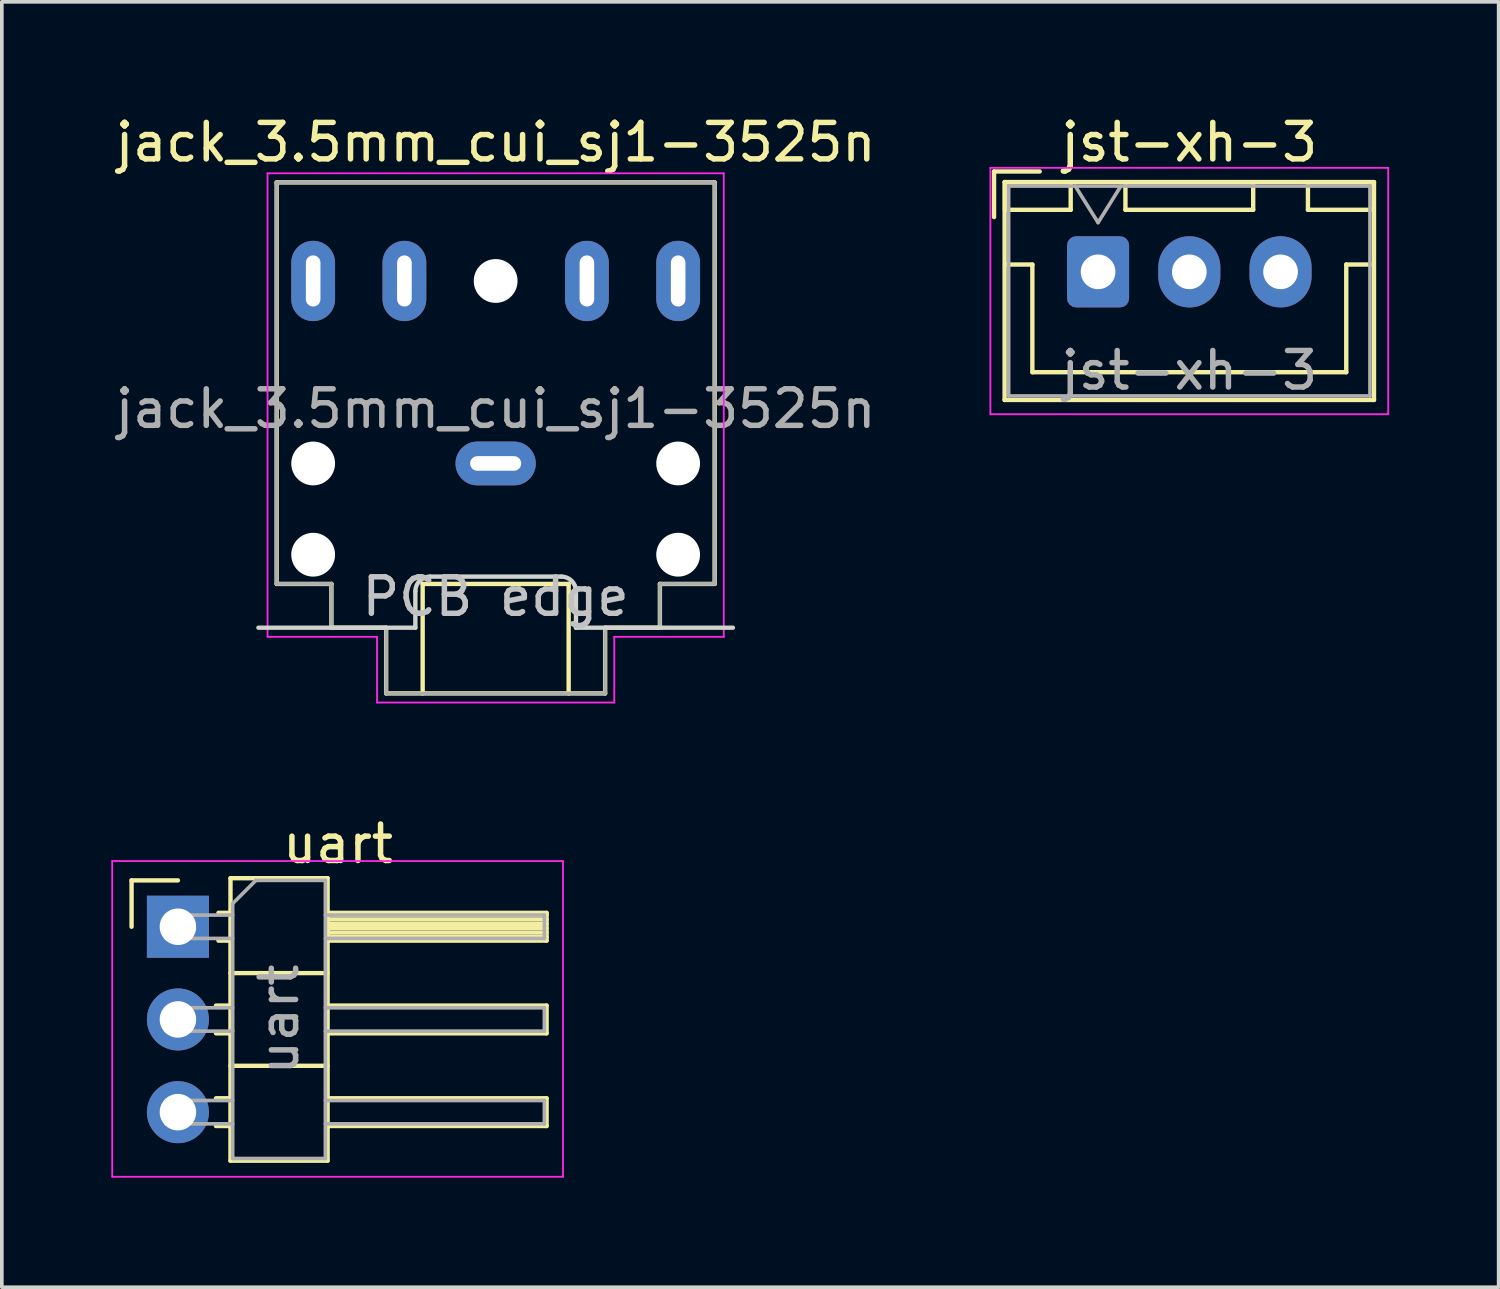
<source format=kicad_pcb>
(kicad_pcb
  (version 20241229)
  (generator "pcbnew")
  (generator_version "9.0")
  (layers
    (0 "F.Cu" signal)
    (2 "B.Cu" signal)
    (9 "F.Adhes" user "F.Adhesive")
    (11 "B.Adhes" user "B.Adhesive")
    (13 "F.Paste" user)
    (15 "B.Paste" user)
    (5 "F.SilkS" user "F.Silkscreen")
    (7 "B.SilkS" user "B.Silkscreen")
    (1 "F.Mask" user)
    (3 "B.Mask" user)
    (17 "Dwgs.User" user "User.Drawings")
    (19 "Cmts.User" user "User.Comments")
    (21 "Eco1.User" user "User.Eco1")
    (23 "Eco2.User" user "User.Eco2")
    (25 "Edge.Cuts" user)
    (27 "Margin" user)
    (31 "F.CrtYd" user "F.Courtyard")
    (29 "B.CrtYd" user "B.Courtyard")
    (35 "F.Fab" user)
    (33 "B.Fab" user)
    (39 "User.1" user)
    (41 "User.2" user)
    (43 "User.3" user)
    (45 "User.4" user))
  (footprint "jack_3.5mm_cui_sj1-3525n"
    (layer "F.Cu")
    (at 10.53 9.648)
    (property "Reference" "jack_3.5mm_cui_sj1-3525n" (at 0 -8.8 0) (layer "F.SilkS") (effects (font (size 1 1) (thickness 0.15))))
    (attr through_hole exclude_from_pos_files exclude_from_bom)
    (fp_line (start -6 -7.7) (end 6 -7.7) (stroke (width 0.12) (type solid)) (layer "F.SilkS"))
    (fp_line (start -6 3.3) (end -6 -7.7) (stroke (width 0.12) (type solid)) (layer "F.SilkS"))
    (fp_line (start -4.5 3.3) (end -6 3.3) (stroke (width 0.12) (type solid)) (layer "F.SilkS"))
    (fp_line (start -4.5 4.5) (end -4.5 3.3) (stroke (width 0.12) (type solid)) (layer "F.SilkS"))
    (fp_line (start -3 4.5) (end -4.5 4.5) (stroke (width 0.12) (type solid)) (layer "F.SilkS"))
    (fp_line (start -3 6.3) (end -3 4.5) (stroke (width 0.12) (type solid)) (layer "F.SilkS"))
    (fp_line (start -2 3.3) (end -2 6.3) (stroke (width 0.12) (type solid)) (layer "F.SilkS"))
    (fp_line (start 2 3.3) (end -2 3.3) (stroke (width 0.12) (type solid)) (layer "F.SilkS"))
    (fp_line (start 2 6.3) (end 2 3.3) (stroke (width 0.12) (type solid)) (layer "F.SilkS"))
    (fp_line (start 3 4.5) (end 3 6.3) (stroke (width 0.12) (type solid)) (layer "F.SilkS"))
    (fp_line (start 3 6.3) (end -3 6.3) (stroke (width 0.12) (type solid)) (layer "F.SilkS"))
    (fp_line (start 4.5 3.3) (end 4.5 4.5) (stroke (width 0.12) (type solid)) (layer "F.SilkS"))
    (fp_line (start 4.5 4.5) (end 3 4.5) (stroke (width 0.12) (type solid)) (layer "F.SilkS"))
    (fp_line (start 6 -7.7) (end 6 3.3) (stroke (width 0.12) (type solid)) (layer "F.SilkS"))
    (fp_line (start 6 3.3) (end 4.5 3.3) (stroke (width 0.12) (type solid)) (layer "F.SilkS"))
    (fp_line (start -2.2 3.5) (end -2.2 4.5) (stroke (width 0.12) (type solid)) (layer "Edge.Cuts"))
    (fp_line (start -2.2 4.5) (end -6.5 4.5) (stroke (width 0.12) (type solid)) (layer "Edge.Cuts"))
    (fp_line (start 1.8 3.1) (end -1.8 3.1) (stroke (width 0.12) (type solid)) (layer "Edge.Cuts"))
    (fp_line (start 2.2 3.5) (end 2.2 4.5) (stroke (width 0.12) (type solid)) (layer "Edge.Cuts"))
    (fp_line (start 2.2 4.5) (end 6.5 4.5) (stroke (width 0.12) (type solid)) (layer "Edge.Cuts"))
    (fp_arc (start -2.2 3.5) (mid -2.082842 3.217158) (end -1.8 3.1) (stroke (width 0.12) (type solid)) (layer "Edge.Cuts"))
    (fp_arc (start 1.8 3.1) (mid 2.082843 3.217157) (end 2.2 3.5) (stroke (width 0.12) (type solid)) (layer "Edge.Cuts"))
    (fp_line (start -6.25 -7.95) (end -6.25 4.75) (stroke (width 0.05) (type solid)) (layer "F.CrtYd"))
    (fp_line (start -6.25 4.75) (end -3.25 4.75) (stroke (width 0.05) (type solid)) (layer "F.CrtYd"))
    (fp_line (start -3.25 4.75) (end -3.25 6.55) (stroke (width 0.05) (type solid)) (layer "F.CrtYd"))
    (fp_line (start -3.25 6.55) (end 3.25 6.55) (stroke (width 0.05) (type solid)) (layer "F.CrtYd"))
    (fp_line (start 3.25 4.75) (end 6.25 4.75) (stroke (width 0.05) (type solid)) (layer "F.CrtYd"))
    (fp_line (start 3.25 6.55) (end 3.25 4.75) (stroke (width 0.05) (type solid)) (layer "F.CrtYd"))
    (fp_line (start 6.25 -7.95) (end -6.25 -7.95) (stroke (width 0.05) (type solid)) (layer "F.CrtYd"))
    (fp_line (start 6.25 4.5) (end 6.25 -7.95) (stroke (width 0.05) (type solid)) (layer "F.CrtYd"))
    (fp_line (start 6.25 4.75) (end 6.25 4.5) (stroke (width 0.05) (type solid)) (layer "F.CrtYd"))
    (fp_line (start -6 -7.7) (end 6 -7.7) (stroke (width 0.1) (type solid)) (layer "F.Fab"))
    (fp_line (start -6 3.3) (end -6 -7.7) (stroke (width 0.1) (type solid)) (layer "F.Fab"))
    (fp_line (start -4.5 3.3) (end -6 3.3) (stroke (width 0.1) (type solid)) (layer "F.Fab"))
    (fp_line (start -4.5 4.5) (end -4.5 3.3) (stroke (width 0.1) (type solid)) (layer "F.Fab"))
    (fp_line (start -4.5 4.5) (end -3 4.5) (stroke (width 0.1) (type solid)) (layer "F.Fab"))
    (fp_line (start -3 4.5) (end -3 6.3) (stroke (width 0.1) (type solid)) (layer "F.Fab"))
    (fp_line (start -3 6.3) (end 3 6.3) (stroke (width 0.1) (type solid)) (layer "F.Fab"))
    (fp_line (start 3 4.5) (end 3 6.3) (stroke (width 0.1) (type solid)) (layer "F.Fab"))
    (fp_line (start 4.5 3.3) (end 6 3.3) (stroke (width 0.1) (type solid)) (layer "F.Fab"))
    (fp_line (start 4.5 4.5) (end 3 4.5) (stroke (width 0.1) (type solid)) (layer "F.Fab"))
    (fp_line (start 4.5 4.5) (end 4.5 3.3) (stroke (width 0.1) (type solid)) (layer "F.Fab"))
    (fp_line (start 6 3.3) (end 6 -7.7) (stroke (width 0.1) (type solid)) (layer "F.Fab"))
    (fp_text user "PCB edge" (at 0 3.65 0) (unlocked yes) (layer "Dwgs.User") (effects (font (size 1 1) (thickness 0.15))))
    (fp_text user "${REFERENCE}" (at 0 -1.5 0) (layer "F.Fab") (effects (font (size 1 1) (thickness 0.15))))
    (pad "" np_thru_hole circle (at -5 0) (size 1.2 1.2) (drill 1.2) (layers "*.Cu"))
    (pad "" np_thru_hole circle (at -5 2.5) (size 1.2 1.2) (drill 1.2) (layers "*.Cu"))
    (pad "" np_thru_hole circle (at 0 -5) (size 1.2 1.2) (drill 1.2) (layers "*.Cu"))
    (pad "" np_thru_hole circle (at 5 0) (size 1.2 1.2) (drill 1.2) (layers "*.Cu"))
    (pad "" np_thru_hole circle (at 5 2.5) (size 1.2 1.2) (drill 1.2) (layers "*.Cu"))
    (pad "R" thru_hole oval (at -5 -5) (size 1.2 2.2) (drill oval 0.4 1.4) (layers "*.Cu" "*.Mask"))
    (pad "RN" thru_hole oval (at -2.5 -5) (size 1.2 2.2) (drill oval 0.4 1.4) (layers "*.Cu" "*.Mask"))
    (pad "S" thru_hole oval (at 0 0) (size 2.2 1.2) (drill oval 1.4 0.4) (layers "*.Cu" "*.Mask"))
    (pad "T" thru_hole oval (at 5 -5 180) (size 1.2 2.2) (drill oval 0.4 1.4) (layers "*.Cu" "*.Mask"))
    (pad "TN" thru_hole oval (at 2.5 -5 180) (size 1.2 2.2) (drill oval 0.4 1.4) (layers "*.Cu" "*.Mask")))
  (footprint "uart"
    (layer "F.Cu")
    (at 1.825 22.341)
    (property "Reference" "uart" (at 4.385 -2.27 0) (layer "F.SilkS") (effects (font (size 1 1) (thickness 0.15))))
    (attr through_hole)
    (fp_line (start -1.27 -1.27) (end 0 -1.27) (stroke (width 0.12) (type solid)) (layer "F.SilkS"))
    (fp_line (start -1.27 0) (end -1.27 -1.27) (stroke (width 0.12) (type solid)) (layer "F.SilkS"))
    (fp_line (start 1.043 2.16) (end 1.44 2.16) (stroke (width 0.12) (type solid)) (layer "F.SilkS"))
    (fp_line (start 1.043 2.92) (end 1.44 2.92) (stroke (width 0.12) (type solid)) (layer "F.SilkS"))
    (fp_line (start 1.043 4.7) (end 1.44 4.7) (stroke (width 0.12) (type solid)) (layer "F.SilkS"))
    (fp_line (start 1.043 5.46) (end 1.44 5.46) (stroke (width 0.12) (type solid)) (layer "F.SilkS"))
    (fp_line (start 1.11 -0.38) (end 1.44 -0.38) (stroke (width 0.12) (type solid)) (layer "F.SilkS"))
    (fp_line (start 1.11 0.38) (end 1.44 0.38) (stroke (width 0.12) (type solid)) (layer "F.SilkS"))
    (fp_line (start 1.44 -1.33) (end 1.44 6.41) (stroke (width 0.12) (type solid)) (layer "F.SilkS"))
    (fp_line (start 1.44 1.27) (end 4.1 1.27) (stroke (width 0.12) (type solid)) (layer "F.SilkS"))
    (fp_line (start 1.44 3.81) (end 4.1 3.81) (stroke (width 0.12) (type solid)) (layer "F.SilkS"))
    (fp_line (start 1.44 6.41) (end 4.1 6.41) (stroke (width 0.12) (type solid)) (layer "F.SilkS"))
    (fp_line (start 4.1 -1.33) (end 1.44 -1.33) (stroke (width 0.12) (type solid)) (layer "F.SilkS"))
    (fp_line (start 4.1 -0.38) (end 10.1 -0.38) (stroke (width 0.12) (type solid)) (layer "F.SilkS"))
    (fp_line (start 4.1 -0.32) (end 10.1 -0.32) (stroke (width 0.12) (type solid)) (layer "F.SilkS"))
    (fp_line (start 4.1 -0.2) (end 10.1 -0.2) (stroke (width 0.12) (type solid)) (layer "F.SilkS"))
    (fp_line (start 4.1 -0.08) (end 10.1 -0.08) (stroke (width 0.12) (type solid)) (layer "F.SilkS"))
    (fp_line (start 4.1 0.04) (end 10.1 0.04) (stroke (width 0.12) (type solid)) (layer "F.SilkS"))
    (fp_line (start 4.1 0.16) (end 10.1 0.16) (stroke (width 0.12) (type solid)) (layer "F.SilkS"))
    (fp_line (start 4.1 0.28) (end 10.1 0.28) (stroke (width 0.12) (type solid)) (layer "F.SilkS"))
    (fp_line (start 4.1 2.16) (end 10.1 2.16) (stroke (width 0.12) (type solid)) (layer "F.SilkS"))
    (fp_line (start 4.1 4.7) (end 10.1 4.7) (stroke (width 0.12) (type solid)) (layer "F.SilkS"))
    (fp_line (start 4.1 6.41) (end 4.1 -1.33) (stroke (width 0.12) (type solid)) (layer "F.SilkS"))
    (fp_line (start 10.1 -0.38) (end 10.1 0.38) (stroke (width 0.12) (type solid)) (layer "F.SilkS"))
    (fp_line (start 10.1 0.38) (end 4.1 0.38) (stroke (width 0.12) (type solid)) (layer "F.SilkS"))
    (fp_line (start 10.1 2.16) (end 10.1 2.92) (stroke (width 0.12) (type solid)) (layer "F.SilkS"))
    (fp_line (start 10.1 2.92) (end 4.1 2.92) (stroke (width 0.12) (type solid)) (layer "F.SilkS"))
    (fp_line (start 10.1 4.7) (end 10.1 5.46) (stroke (width 0.12) (type solid)) (layer "F.SilkS"))
    (fp_line (start 10.1 5.46) (end 4.1 5.46) (stroke (width 0.12) (type solid)) (layer "F.SilkS"))
    (fp_line (start -1.8 -1.8) (end -1.8 6.85) (stroke (width 0.05) (type solid)) (layer "F.CrtYd"))
    (fp_line (start -1.8 6.85) (end 10.55 6.85) (stroke (width 0.05) (type solid)) (layer "F.CrtYd"))
    (fp_line (start 10.55 -1.8) (end -1.8 -1.8) (stroke (width 0.05) (type solid)) (layer "F.CrtYd"))
    (fp_line (start 10.55 6.85) (end 10.55 -1.8) (stroke (width 0.05) (type solid)) (layer "F.CrtYd"))
    (fp_line (start -0.32 -0.32) (end -0.32 0.32) (stroke (width 0.1) (type solid)) (layer "F.Fab"))
    (fp_line (start -0.32 -0.32) (end 1.5 -0.32) (stroke (width 0.1) (type solid)) (layer "F.Fab"))
    (fp_line (start -0.32 0.32) (end 1.5 0.32) (stroke (width 0.1) (type solid)) (layer "F.Fab"))
    (fp_line (start -0.32 2.22) (end -0.32 2.86) (stroke (width 0.1) (type solid)) (layer "F.Fab"))
    (fp_line (start -0.32 2.22) (end 1.5 2.22) (stroke (width 0.1) (type solid)) (layer "F.Fab"))
    (fp_line (start -0.32 2.86) (end 1.5 2.86) (stroke (width 0.1) (type solid)) (layer "F.Fab"))
    (fp_line (start -0.32 4.76) (end -0.32 5.4) (stroke (width 0.1) (type solid)) (layer "F.Fab"))
    (fp_line (start -0.32 4.76) (end 1.5 4.76) (stroke (width 0.1) (type solid)) (layer "F.Fab"))
    (fp_line (start -0.32 5.4) (end 1.5 5.4) (stroke (width 0.1) (type solid)) (layer "F.Fab"))
    (fp_line (start 1.5 -0.635) (end 2.135 -1.27) (stroke (width 0.1) (type solid)) (layer "F.Fab"))
    (fp_line (start 1.5 6.35) (end 1.5 -0.635) (stroke (width 0.1) (type solid)) (layer "F.Fab"))
    (fp_line (start 2.135 -1.27) (end 4.04 -1.27) (stroke (width 0.1) (type solid)) (layer "F.Fab"))
    (fp_line (start 4.04 -1.27) (end 4.04 6.35) (stroke (width 0.1) (type solid)) (layer "F.Fab"))
    (fp_line (start 4.04 -0.32) (end 10.04 -0.32) (stroke (width 0.1) (type solid)) (layer "F.Fab"))
    (fp_line (start 4.04 0.32) (end 10.04 0.32) (stroke (width 0.1) (type solid)) (layer "F.Fab"))
    (fp_line (start 4.04 2.22) (end 10.04 2.22) (stroke (width 0.1) (type solid)) (layer "F.Fab"))
    (fp_line (start 4.04 2.86) (end 10.04 2.86) (stroke (width 0.1) (type solid)) (layer "F.Fab"))
    (fp_line (start 4.04 4.76) (end 10.04 4.76) (stroke (width 0.1) (type solid)) (layer "F.Fab"))
    (fp_line (start 4.04 5.4) (end 10.04 5.4) (stroke (width 0.1) (type solid)) (layer "F.Fab"))
    (fp_line (start 4.04 6.35) (end 1.5 6.35) (stroke (width 0.1) (type solid)) (layer "F.Fab"))
    (fp_line (start 10.04 -0.32) (end 10.04 0.32) (stroke (width 0.1) (type solid)) (layer "F.Fab"))
    (fp_line (start 10.04 2.22) (end 10.04 2.86) (stroke (width 0.1) (type solid)) (layer "F.Fab"))
    (fp_line (start 10.04 4.76) (end 10.04 5.4) (stroke (width 0.1) (type solid)) (layer "F.Fab"))
    (fp_text user "${REFERENCE}" (at 2.77 2.54 90) (layer "F.Fab") (effects (font (size 1 1) (thickness 0.15))))
    (pad "1" thru_hole rect (at 0 0) (size 1.7 1.7) (drill 1) (layers "*.Cu" "*.Mask"))
    (pad "2" thru_hole oval (at 0 2.54) (size 1.7 1.7) (drill 1) (layers "*.Cu" "*.Mask"))
    (pad "3" thru_hole oval (at 0 5.08) (size 1.7 1.7) (drill 1) (layers "*.Cu" "*.Mask")))
  (footprint "jst-xh-3"
    (layer "F.Cu")
    (at 27.035 4.398)
    (property "Reference" "jst-xh-3" (at 2.5 -3.55 0) (layer "F.SilkS") (effects (font (size 1 1) (thickness 0.15))))
    (attr through_hole)
    (fp_line (start -2.85 -2.75) (end -2.85 -1.5) (stroke (width 0.12) (type solid)) (layer "F.SilkS"))
    (fp_line (start -2.56 -2.46) (end -2.56 3.51) (stroke (width 0.12) (type solid)) (layer "F.SilkS"))
    (fp_line (start -2.56 3.51) (end 7.56 3.51) (stroke (width 0.12) (type solid)) (layer "F.SilkS"))
    (fp_line (start -2.55 -2.45) (end -2.55 -1.7) (stroke (width 0.12) (type solid)) (layer "F.SilkS"))
    (fp_line (start -2.55 -1.7) (end -0.75 -1.7) (stroke (width 0.12) (type solid)) (layer "F.SilkS"))
    (fp_line (start -2.55 -0.2) (end -1.8 -0.2) (stroke (width 0.12) (type solid)) (layer "F.SilkS"))
    (fp_line (start -1.8 -0.2) (end -1.8 2.75) (stroke (width 0.12) (type solid)) (layer "F.SilkS"))
    (fp_line (start -1.8 2.75) (end 2.5 2.75) (stroke (width 0.12) (type solid)) (layer "F.SilkS"))
    (fp_line (start -1.6 -2.75) (end -2.85 -2.75) (stroke (width 0.12) (type solid)) (layer "F.SilkS"))
    (fp_line (start -0.75 -2.45) (end -2.55 -2.45) (stroke (width 0.12) (type solid)) (layer "F.SilkS"))
    (fp_line (start -0.75 -1.7) (end -0.75 -2.45) (stroke (width 0.12) (type solid)) (layer "F.SilkS"))
    (fp_line (start 0.75 -2.45) (end 0.75 -1.7) (stroke (width 0.12) (type solid)) (layer "F.SilkS"))
    (fp_line (start 0.75 -1.7) (end 4.25 -1.7) (stroke (width 0.12) (type solid)) (layer "F.SilkS"))
    (fp_line (start 4.25 -2.45) (end 0.75 -2.45) (stroke (width 0.12) (type solid)) (layer "F.SilkS"))
    (fp_line (start 4.25 -1.7) (end 4.25 -2.45) (stroke (width 0.12) (type solid)) (layer "F.SilkS"))
    (fp_line (start 5.75 -2.45) (end 5.75 -1.7) (stroke (width 0.12) (type solid)) (layer "F.SilkS"))
    (fp_line (start 5.75 -1.7) (end 7.55 -1.7) (stroke (width 0.12) (type solid)) (layer "F.SilkS"))
    (fp_line (start 6.8 -0.2) (end 6.8 2.75) (stroke (width 0.12) (type solid)) (layer "F.SilkS"))
    (fp_line (start 6.8 2.75) (end 2.5 2.75) (stroke (width 0.12) (type solid)) (layer "F.SilkS"))
    (fp_line (start 7.55 -2.45) (end 5.75 -2.45) (stroke (width 0.12) (type solid)) (layer "F.SilkS"))
    (fp_line (start 7.55 -1.7) (end 7.55 -2.45) (stroke (width 0.12) (type solid)) (layer "F.SilkS"))
    (fp_line (start 7.55 -0.2) (end 6.8 -0.2) (stroke (width 0.12) (type solid)) (layer "F.SilkS"))
    (fp_line (start 7.56 -2.46) (end -2.56 -2.46) (stroke (width 0.12) (type solid)) (layer "F.SilkS"))
    (fp_line (start 7.56 3.51) (end 7.56 -2.46) (stroke (width 0.12) (type solid)) (layer "F.SilkS"))
    (fp_line (start -2.95 -2.85) (end -2.95 3.9) (stroke (width 0.05) (type solid)) (layer "F.CrtYd"))
    (fp_line (start -2.95 3.9) (end 7.95 3.9) (stroke (width 0.05) (type solid)) (layer "F.CrtYd"))
    (fp_line (start 7.95 -2.85) (end -2.95 -2.85) (stroke (width 0.05) (type solid)) (layer "F.CrtYd"))
    (fp_line (start 7.95 3.9) (end 7.95 -2.85) (stroke (width 0.05) (type solid)) (layer "F.CrtYd"))
    (fp_line (start -2.45 -2.35) (end -2.45 3.4) (stroke (width 0.1) (type solid)) (layer "F.Fab"))
    (fp_line (start -2.45 3.4) (end 7.45 3.4) (stroke (width 0.1) (type solid)) (layer "F.Fab"))
    (fp_line (start -0.625 -2.35) (end 0 -1.35) (stroke (width 0.1) (type solid)) (layer "F.Fab"))
    (fp_line (start 0 -1.35) (end 0.625 -2.35) (stroke (width 0.1) (type solid)) (layer "F.Fab"))
    (fp_line (start 7.45 -2.35) (end -2.45 -2.35) (stroke (width 0.1) (type solid)) (layer "F.Fab"))
    (fp_line (start 7.45 3.4) (end 7.45 -2.35) (stroke (width 0.1) (type solid)) (layer "F.Fab"))
    (fp_text user "${REFERENCE}" (at 2.5 2.7 0) (layer "F.Fab") (effects (font (size 1 1) (thickness 0.15))))
    (pad "1" thru_hole roundrect (at 0 0) (size 1.7 1.95) (drill 0.95) (layers "*.Cu" "*.Mask") (roundrect_rratio 0.147))
    (pad "2" thru_hole oval (at 2.5 0) (size 1.7 1.95) (drill 0.95) (layers "*.Cu" "*.Mask"))
    (pad "3" thru_hole oval (at 5 0) (size 1.7 1.95) (drill 0.95) (layers "*.Cu" "*.Mask")))
  (gr_rect
    (start -3 -3)
    (end 38.01 32.217)
    (stroke (width 0.1) (type default))
    (fill no)
    (layer "Edge.Cuts")))
</source>
